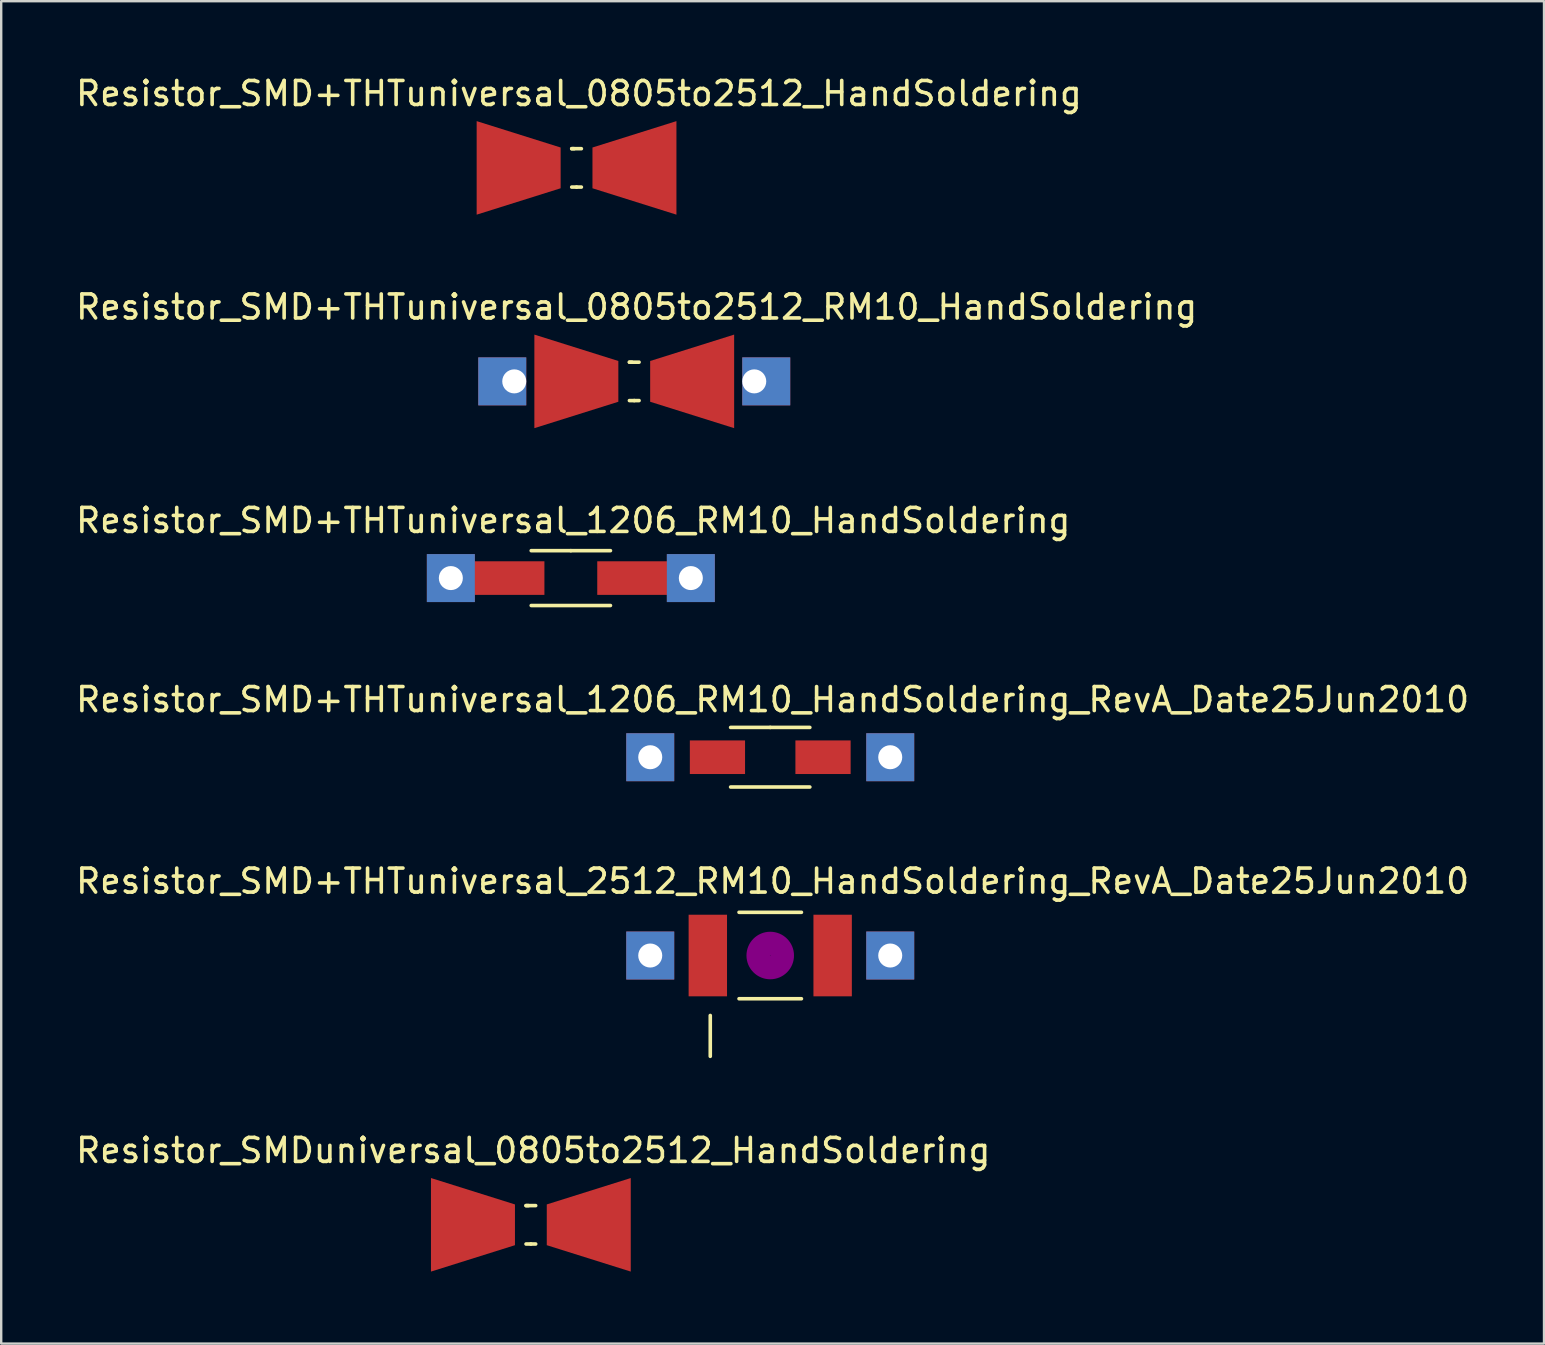
<source format=kicad_pcb>
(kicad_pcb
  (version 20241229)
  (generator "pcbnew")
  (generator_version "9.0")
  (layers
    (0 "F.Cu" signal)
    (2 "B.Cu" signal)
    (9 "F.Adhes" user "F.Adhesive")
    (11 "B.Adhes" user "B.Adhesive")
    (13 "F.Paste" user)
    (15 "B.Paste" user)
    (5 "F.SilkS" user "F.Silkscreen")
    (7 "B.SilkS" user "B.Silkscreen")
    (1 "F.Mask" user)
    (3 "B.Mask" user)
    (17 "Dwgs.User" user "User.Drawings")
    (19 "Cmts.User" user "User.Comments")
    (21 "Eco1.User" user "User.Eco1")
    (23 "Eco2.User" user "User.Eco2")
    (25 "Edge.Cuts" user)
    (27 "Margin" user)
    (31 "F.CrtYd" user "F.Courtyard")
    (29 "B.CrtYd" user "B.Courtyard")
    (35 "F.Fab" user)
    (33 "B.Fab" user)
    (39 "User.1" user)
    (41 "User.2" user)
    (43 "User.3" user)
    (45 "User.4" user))
  (footprint "Resistor_SMD+THTuniversal_1206_RM10_HandSoldering"
    (layer "F.Cu")
    (at 20.74 21.042)
    (property "Reference" "Resistor_SMD+THTuniversal_1206_RM10_HandSoldering" (at 0.099 -2.4 0) (layer "F.SilkS") (effects (font (size 1 1) (thickness 0.15))))
    (attr through_hole)
    (fp_line (start 0 -1.143) (end -1.651 -1.143) (stroke (width 0.15) (type solid)) (layer "F.SilkS"))
    (fp_line (start 0 -1.143) (end 1.651 -1.143) (stroke (width 0.15) (type solid)) (layer "F.SilkS"))
    (fp_line (start 1.651 1.143) (end -1.651 1.143) (stroke (width 0.15) (type solid)) (layer "F.SilkS"))
    (pad "1" thru_hole rect (at -5.001 0) (size 1.999 1.999) (drill 1.001) (layers "*.Cu" "*.Mask"))
    (pad "1" smd rect (at -2.601 0) (size 3 1.4) (layers "F.Cu" "F.Mask" "F.Paste"))
    (pad "2" smd rect (at 2.601 0) (size 3 1.4) (layers "F.Cu" "F.Mask" "F.Paste"))
    (pad "2" thru_hole rect (at 5.001 0) (size 1.999 1.999) (drill 1.001) (layers "*.Cu" "*.Mask")))
  (footprint "Resistor_SMD+THTuniversal_1206_RM10_HandSoldering_RevA_Date25Jun2010"
    (layer "F.Cu")
    (at 29.05 28.508)
    (property "Reference" "Resistor_SMD+THTuniversal_1206_RM10_HandSoldering_RevA_Date25Jun2010" (at 0.099 -2.4 0) (layer "F.SilkS") (effects (font (size 1 1) (thickness 0.15))))
    (attr through_hole)
    (fp_line (start 0 -1.242) (end -1.651 -1.242) (stroke (width 0.15) (type solid)) (layer "F.SilkS"))
    (fp_line (start 0 -1.242) (end 1.651 -1.242) (stroke (width 0.15) (type solid)) (layer "F.SilkS"))
    (fp_line (start 1.651 1.242) (end -1.651 1.242) (stroke (width 0.15) (type solid)) (layer "F.SilkS"))
    (pad "1" thru_hole rect (at -5.001 0) (size 1.999 1.999) (drill 1.001) (layers "*.Cu" "*.Mask"))
    (pad "1" smd rect (at -2.2 0) (size 2.301 1.4) (layers "F.Cu" "F.Mask" "F.Paste"))
    (pad "2" smd rect (at 2.2 0) (size 2.301 1.4) (layers "F.Cu" "F.Mask" "F.Paste"))
    (pad "2" thru_hole rect (at 5.001 0) (size 1.999 1.999) (drill 1.001) (layers "*.Cu" "*.Mask")))
  (footprint "Resistor_SMD+THTuniversal_2512_RM10_HandSoldering_RevA_Date25Jun2010"
    (layer "F.Cu")
    (at 29.05 36.772)
    (property "Reference" "Resistor_SMD+THTuniversal_2512_RM10_HandSoldering_RevA_Date25Jun2010" (at 0.099 -3.099 0) (layer "F.SilkS") (effects (font (size 1 1) (thickness 0.15))))
    (attr through_hole)
    (fp_line (start -2.499 2.499) (end -2.499 4.201) (stroke (width 0.15) (type solid)) (layer "F.SilkS"))
    (fp_line (start -1.3 1.801) (end 1.3 1.801) (stroke (width 0.15) (type solid)) (layer "F.SilkS"))
    (fp_line (start 1.3 -1.801) (end -1.3 -1.801) (stroke (width 0.15) (type solid)) (layer "F.SilkS"))
    (fp_circle (center 0 0) (end 0.201 0) (stroke (width 0.381) (type solid)) (fill no) (layer "F.Adhes"))
    (fp_circle (center 0 0) (end 0.5 0) (stroke (width 0.381) (type solid)) (fill no) (layer "F.Adhes"))
    (fp_circle (center 0 0) (end 0.8 0) (stroke (width 0.381) (type solid)) (fill no) (layer "F.Adhes"))
    (pad "1" thru_hole rect (at -5.001 0 180) (size 1.999 1.999) (drill 1.001) (layers "*.Cu" "*.Mask"))
    (pad "1" smd rect (at -2.601 0) (size 1.6 3.401) (layers "F.Cu" "F.Mask" "F.Paste"))
    (pad "2" smd rect (at 2.601 0) (size 1.6 3.401) (layers "F.Cu" "F.Mask" "F.Paste"))
    (pad "2" thru_hole rect (at 5.001 0 180) (size 1.999 1.999) (drill 1.001) (layers "*.Cu" "*.Mask")))
  (footprint "Resistor_SMDuniversal_0805to2512_HandSoldering"
    (layer "F.Cu")
    (at 19.074 47.995)
    (property "Reference" "Resistor_SMDuniversal_0805to2512_HandSoldering" (at 0.099 -3.099 0) (layer "F.SilkS") (effects (font (size 1 1) (thickness 0.15))))
    (attr through_hole)
    (fp_line (start -0.201 -0.8) (end 0.201 -0.8) (stroke (width 0.15) (type solid)) (layer "F.SilkS"))
    (fp_line (start -0.099 -0.8) (end -0.201 -0.8) (stroke (width 0.15) (type solid)) (layer "F.SilkS"))
    (fp_line (start 0 0.8) (end -0.201 0.8) (stroke (width 0.15) (type solid)) (layer "F.SilkS"))
    (fp_line (start 0 0.8) (end 0.201 0.8) (stroke (width 0.15) (type solid)) (layer "F.SilkS"))
    (pad "1" smd trapezoid (at -2.413 0) (size 3.5 2.799) (rect_delta 1.1 0) (layers "F.Cu" "F.Mask" "F.Paste"))
    (pad "2" smd trapezoid (at 2.413 0 180) (size 3.5 2.799) (rect_delta 1.1 0) (layers "F.Cu" "F.Mask" "F.Paste")))
  (footprint "Resistor_SMD+THTuniversal_0805to2512_HandSoldering"
    (layer "F.Cu")
    (at 20.978 3.947)
    (property "Reference" "Resistor_SMD+THTuniversal_0805to2512_HandSoldering" (at 0.099 -3.099 0) (layer "F.SilkS") (effects (font (size 1 1) (thickness 0.15))))
    (attr through_hole)
    (fp_line (start -0.201 -0.8) (end 0.201 -0.8) (stroke (width 0.15) (type solid)) (layer "F.SilkS"))
    (fp_line (start -0.099 -0.8) (end -0.201 -0.8) (stroke (width 0.15) (type solid)) (layer "F.SilkS"))
    (fp_line (start 0 0.8) (end -0.201 0.8) (stroke (width 0.15) (type solid)) (layer "F.SilkS"))
    (fp_line (start 0 0.8) (end 0.201 0.8) (stroke (width 0.15) (type solid)) (layer "F.SilkS"))
    (pad "1" smd trapezoid (at -2.413 0) (size 3.5 2.799) (rect_delta 1.1 0) (layers "F.Cu" "F.Mask" "F.Paste"))
    (pad "2" smd trapezoid (at 2.413 0 180) (size 3.5 2.799) (rect_delta 1.1 0) (layers "F.Cu" "F.Mask" "F.Paste")))
  (footprint "Resistor_SMD+THTuniversal_0805to2512_RM10_HandSoldering"
    (layer "F.Cu")
    (at 23.383 12.844)
    (property "Reference" "Resistor_SMD+THTuniversal_0805to2512_RM10_HandSoldering" (at 0.099 -3.099 0) (layer "F.SilkS") (effects (font (size 1 1) (thickness 0.15))))
    (attr through_hole)
    (fp_line (start -0.201 -0.8) (end 0.201 -0.8) (stroke (width 0.15) (type solid)) (layer "F.SilkS"))
    (fp_line (start -0.099 -0.8) (end -0.201 -0.8) (stroke (width 0.15) (type solid)) (layer "F.SilkS"))
    (fp_line (start 0 0.8) (end -0.201 0.8) (stroke (width 0.15) (type solid)) (layer "F.SilkS"))
    (fp_line (start 0 0.8) (end 0.201 0.8) (stroke (width 0.15) (type solid)) (layer "F.SilkS"))
    (pad "1" thru_hole rect (at -5.001 0 180) (size 1.999 1.999) (drill 1.001 (offset 0.5 0)) (layers "*.Cu" "*.Mask"))
    (pad "1" smd trapezoid (at -2.413 0) (size 3.5 2.799) (rect_delta 1.1 0) (layers "F.Cu" "F.Mask" "F.Paste"))
    (pad "2" smd trapezoid (at 2.413 0 180) (size 3.5 2.799) (rect_delta 1.1 0) (layers "F.Cu" "F.Mask" "F.Paste"))
    (pad "2" thru_hole rect (at 5.001 0 180) (size 1.999 1.999) (drill 1.001 (offset -0.5 0)) (layers "*.Cu" "*.Mask")))
  (gr_rect
    (start -3 -3)
    (end 61.298 52.945)
    (stroke (width 0.1) (type default))
    (fill no)
    (layer "Edge.Cuts")))
</source>
